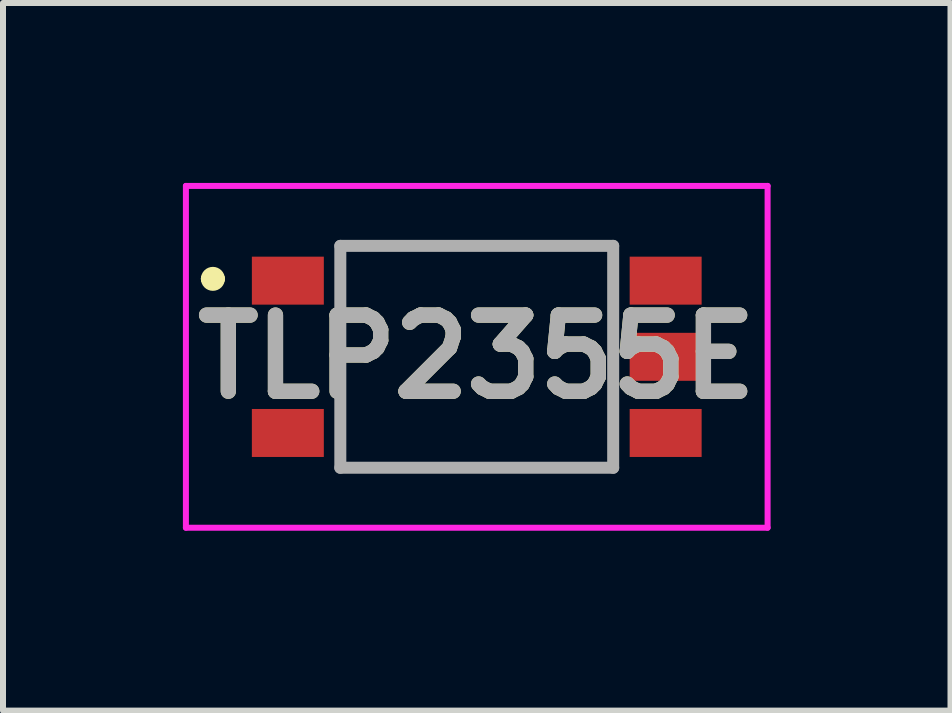
<source format=kicad_pcb>
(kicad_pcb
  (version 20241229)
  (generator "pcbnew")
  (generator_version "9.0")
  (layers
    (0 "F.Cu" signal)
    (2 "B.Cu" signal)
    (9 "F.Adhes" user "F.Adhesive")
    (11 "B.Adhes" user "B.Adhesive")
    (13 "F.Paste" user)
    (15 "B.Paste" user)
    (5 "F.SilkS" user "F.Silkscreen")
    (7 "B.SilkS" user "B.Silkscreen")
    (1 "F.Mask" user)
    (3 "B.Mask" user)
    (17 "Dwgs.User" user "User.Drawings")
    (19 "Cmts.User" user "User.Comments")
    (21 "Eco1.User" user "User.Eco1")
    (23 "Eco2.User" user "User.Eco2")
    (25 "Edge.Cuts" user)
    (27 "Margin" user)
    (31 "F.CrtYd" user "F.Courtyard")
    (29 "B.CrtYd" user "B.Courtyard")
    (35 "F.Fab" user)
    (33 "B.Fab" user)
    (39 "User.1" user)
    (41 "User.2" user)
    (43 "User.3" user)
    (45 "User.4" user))
  (footprint "TLP2355E"
    (layer "F.Cu")
    (at 4.9 2.9)
    (property "Reference" "TLP2355E" (at 0 0 0) (layer "F.SilkS") (effects (font (size 1.27 1.27) (thickness 0.254))))
    (attr smd)
    (fp_line (start -4.5 -1.3) (end -4.5 -1.3) (stroke (width 0.2) (type solid)) (layer "F.SilkS"))
    (fp_line (start -4.3 -1.3) (end -4.3 -1.3) (stroke (width 0.2) (type solid)) (layer "F.SilkS"))
    (fp_line (start -2.275 -1.85) (end 2.275 -1.85) (stroke (width 0.1) (type solid)) (layer "F.SilkS"))
    (fp_line (start -2.275 1.85) (end -2.275 -1.85) (stroke (width 0.1) (type solid)) (layer "F.SilkS"))
    (fp_line (start 2.275 -1.85) (end 2.275 1.85) (stroke (width 0.1) (type solid)) (layer "F.SilkS"))
    (fp_line (start 2.275 1.85) (end -2.275 1.85) (stroke (width 0.1) (type solid)) (layer "F.SilkS"))
    (fp_arc (start -4.5 -1.3) (mid -4.4 -1.4) (end -4.3 -1.3) (stroke (width 0.2) (type solid)) (layer "F.SilkS"))
    (fp_arc (start -4.3 -1.3) (mid -4.4 -1.2) (end -4.5 -1.3) (stroke (width 0.2) (type solid)) (layer "F.SilkS"))
    (fp_line (start -4.85 -2.85) (end 4.85 -2.85) (stroke (width 0.1) (type solid)) (layer "F.CrtYd"))
    (fp_line (start -4.85 2.85) (end -4.85 -2.85) (stroke (width 0.1) (type solid)) (layer "F.CrtYd"))
    (fp_line (start 4.85 -2.85) (end 4.85 2.85) (stroke (width 0.1) (type solid)) (layer "F.CrtYd"))
    (fp_line (start 4.85 2.85) (end -4.85 2.85) (stroke (width 0.1) (type solid)) (layer "F.CrtYd"))
    (fp_line (start -2.275 -1.85) (end 2.275 -1.85) (stroke (width 0.2) (type solid)) (layer "F.Fab"))
    (fp_line (start -2.275 1.85) (end -2.275 -1.85) (stroke (width 0.2) (type solid)) (layer "F.Fab"))
    (fp_line (start 2.275 -1.85) (end 2.275 1.85) (stroke (width 0.2) (type solid)) (layer "F.Fab"))
    (fp_line (start 2.275 1.85) (end -2.275 1.85) (stroke (width 0.2) (type solid)) (layer "F.Fab"))
    (fp_text user "${REFERENCE}" (at 0 0 0) (layer "F.Fab") (effects (font (size 1.27 1.27) (thickness 0.254))))
    (pad "1" smd rect (at -3.15 -1.27 90) (size 0.8 1.2) (layers "F.Cu" "F.Mask" "F.Paste"))
    (pad "3" smd rect (at -3.15 1.27 90) (size 0.8 1.2) (layers "F.Cu" "F.Mask" "F.Paste"))
    (pad "4" smd rect (at 3.15 1.27 90) (size 0.8 1.2) (layers "F.Cu" "F.Mask" "F.Paste"))
    (pad "5" smd rect (at 3.15 0 90) (size 0.8 1.2) (layers "F.Cu" "F.Mask" "F.Paste"))
    (pad "6" smd rect (at 3.15 -1.27 90) (size 0.8 1.2) (layers "F.Cu" "F.Mask" "F.Paste")))
  (gr_rect
    (start -3 -3)
    (end 12.8 8.8)
    (stroke (width 0.1) (type default))
    (fill no)
    (layer "Edge.Cuts")))
</source>
